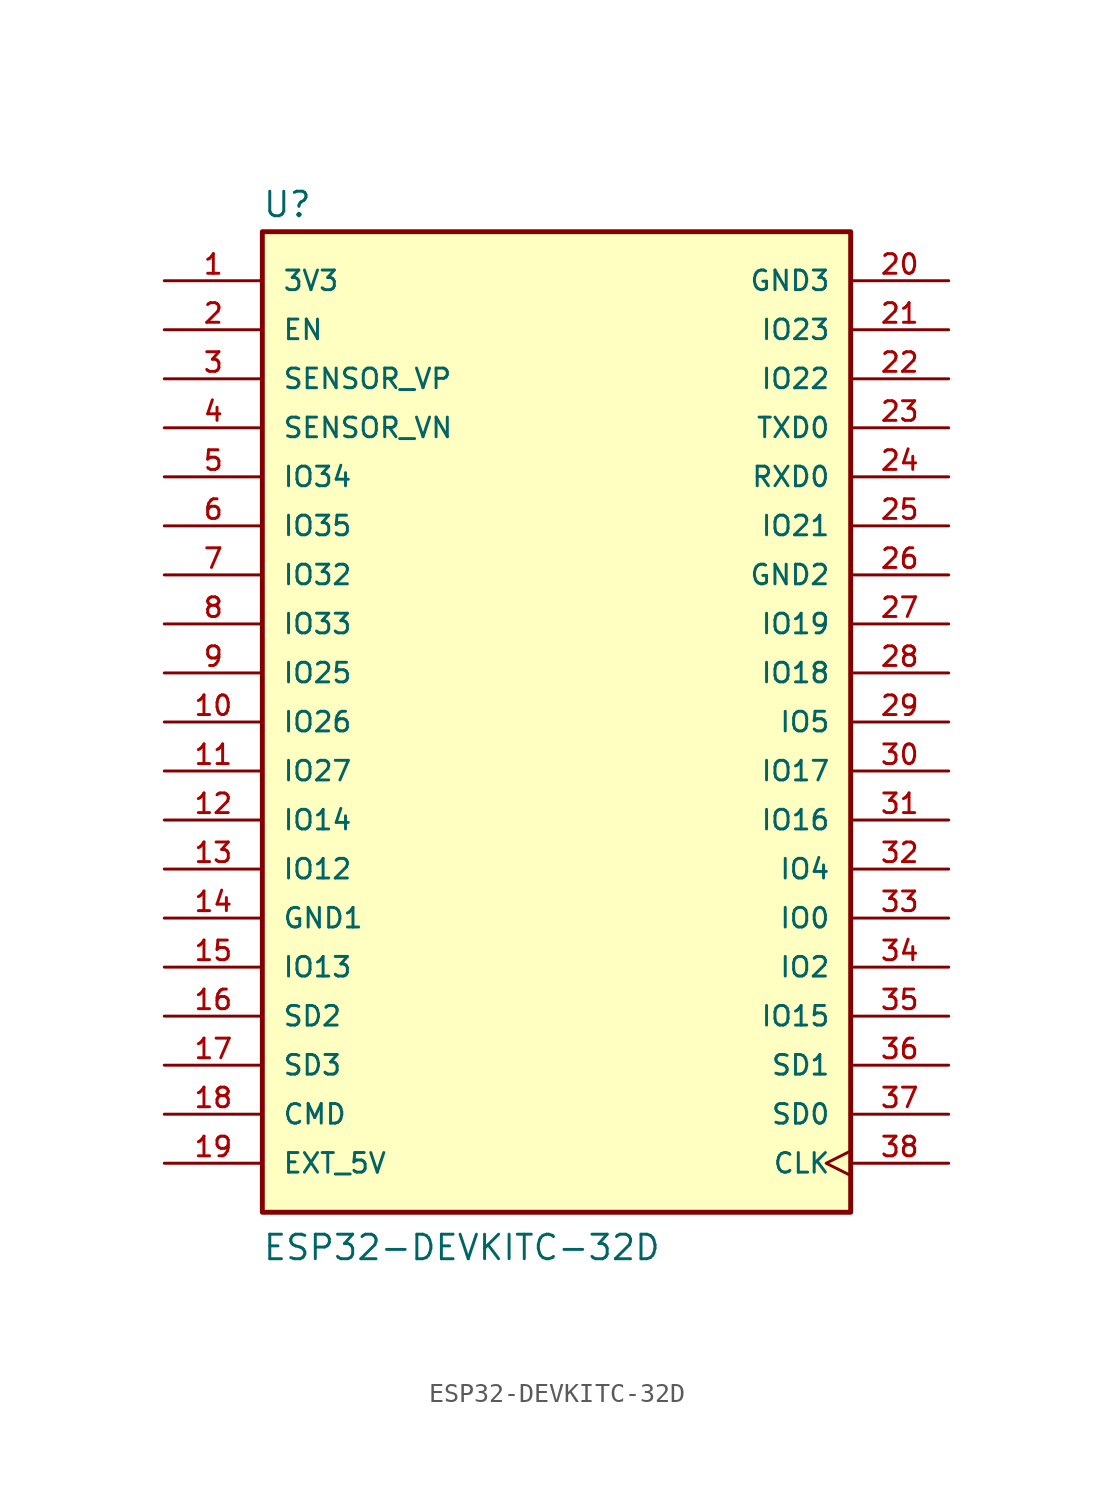
<source format=kicad_sym>
(kicad_symbol_lib
  (version 20211014)
  (generator kicad_symbol_editor)
  (symbol "ESP32-DEVKITC-32D"
    (pin_names
      (offset 1.016))
    (property "Reference" "U"
      (at -15.257 26.064 0)
      (effects (font (size 1.27 1.27)) (justify bottom left)))
    (property "Value" "ESP32-DEVKITC-32D"
      (at -15.256 -27.97 0)
      (effects (font (size 1.27 1.27)) (justify bottom left)))
    (symbol "ESP32-DEVKITC-32D_0_0"
      (rectangle (start -15.24 -25.4) (end 15.24 25.4) (stroke (width 0.254)) (fill (type background)))
      (pin power_in line (at -20.32 22.86 0) (length 5.08) (name "3V3" (effects (font (size 1.016 1.016)))) (number "1" (effects (font (size 1.016 1.016)))))
      (pin input line (at -20.32 20.32 0) (length 5.08) (name "EN" (effects (font (size 1.016 1.016)))) (number "2" (effects (font (size 1.016 1.016)))))
      (pin input line (at -20.32 17.78 0) (length 5.08) (name "SENSOR_VP" (effects (font (size 1.016 1.016)))) (number "3" (effects (font (size 1.016 1.016)))))
      (pin input line (at -20.32 15.24 0) (length 5.08) (name "SENSOR_VN" (effects (font (size 1.016 1.016)))) (number "4" (effects (font (size 1.016 1.016)))))
      (pin bidirectional line (at -20.32 12.7 0) (length 5.08) (name "IO34" (effects (font (size 1.016 1.016)))) (number "5" (effects (font (size 1.016 1.016)))))
      (pin bidirectional line (at -20.32 10.16 0) (length 5.08) (name "IO35" (effects (font (size 1.016 1.016)))) (number "6" (effects (font (size 1.016 1.016)))))
      (pin bidirectional line (at -20.32 7.62 0) (length 5.08) (name "IO32" (effects (font (size 1.016 1.016)))) (number "7" (effects (font (size 1.016 1.016)))))
      (pin bidirectional line (at -20.32 5.08 0) (length 5.08) (name "IO33" (effects (font (size 1.016 1.016)))) (number "8" (effects (font (size 1.016 1.016)))))
      (pin bidirectional line (at -20.32 2.54 0) (length 5.08) (name "IO25" (effects (font (size 1.016 1.016)))) (number "9" (effects (font (size 1.016 1.016)))))
      (pin bidirectional line (at -20.32 0.0 0) (length 5.08) (name "IO26" (effects (font (size 1.016 1.016)))) (number "10" (effects (font (size 1.016 1.016)))))
      (pin bidirectional line (at -20.32 -2.54 0) (length 5.08) (name "IO27" (effects (font (size 1.016 1.016)))) (number "11" (effects (font (size 1.016 1.016)))))
      (pin bidirectional line (at -20.32 -5.08 0) (length 5.08) (name "IO14" (effects (font (size 1.016 1.016)))) (number "12" (effects (font (size 1.016 1.016)))))
      (pin bidirectional line (at -20.32 -7.62 0) (length 5.08) (name "IO12" (effects (font (size 1.016 1.016)))) (number "13" (effects (font (size 1.016 1.016)))))
      (pin power_in line (at -20.32 -10.16 0) (length 5.08) (name "GND1" (effects (font (size 1.016 1.016)))) (number "14" (effects (font (size 1.016 1.016)))))
      (pin bidirectional line (at -20.32 -12.7 0) (length 5.08) (name "IO13" (effects (font (size 1.016 1.016)))) (number "15" (effects (font (size 1.016 1.016)))))
      (pin bidirectional line (at -20.32 -15.24 0) (length 5.08) (name "SD2" (effects (font (size 1.016 1.016)))) (number "16" (effects (font (size 1.016 1.016)))))
      (pin bidirectional line (at -20.32 -17.78 0) (length 5.08) (name "SD3" (effects (font (size 1.016 1.016)))) (number "17" (effects (font (size 1.016 1.016)))))
      (pin bidirectional line (at -20.32 -20.32 0) (length 5.08) (name "CMD" (effects (font (size 1.016 1.016)))) (number "18" (effects (font (size 1.016 1.016)))))
      (pin power_in line (at -20.32 -22.86 0) (length 5.08) (name "EXT_5V" (effects (font (size 1.016 1.016)))) (number "19" (effects (font (size 1.016 1.016)))))
      (pin input clock (at 20.32 -22.86 180.0) (length 5.08) (name "CLK" (effects (font (size 1.016 1.016)))) (number "38" (effects (font (size 1.016 1.016)))))
      (pin bidirectional line (at 20.32 -20.32 180.0) (length 5.08) (name "SD0" (effects (font (size 1.016 1.016)))) (number "37" (effects (font (size 1.016 1.016)))))
      (pin bidirectional line (at 20.32 -17.78 180.0) (length 5.08) (name "SD1" (effects (font (size 1.016 1.016)))) (number "36" (effects (font (size 1.016 1.016)))))
      (pin bidirectional line (at 20.32 -15.24 180.0) (length 5.08) (name "IO15" (effects (font (size 1.016 1.016)))) (number "35" (effects (font (size 1.016 1.016)))))
      (pin bidirectional line (at 20.32 -12.7 180.0) (length 5.08) (name "IO2" (effects (font (size 1.016 1.016)))) (number "34" (effects (font (size 1.016 1.016)))))
      (pin bidirectional line (at 20.32 -10.16 180.0) (length 5.08) (name "IO0" (effects (font (size 1.016 1.016)))) (number "33" (effects (font (size 1.016 1.016)))))
      (pin bidirectional line (at 20.32 -7.62 180.0) (length 5.08) (name "IO4" (effects (font (size 1.016 1.016)))) (number "32" (effects (font (size 1.016 1.016)))))
      (pin bidirectional line (at 20.32 -5.08 180.0) (length 5.08) (name "IO16" (effects (font (size 1.016 1.016)))) (number "31" (effects (font (size 1.016 1.016)))))
      (pin bidirectional line (at 20.32 -2.54 180.0) (length 5.08) (name "IO17" (effects (font (size 1.016 1.016)))) (number "30" (effects (font (size 1.016 1.016)))))
      (pin bidirectional line (at 20.32 0.0 180.0) (length 5.08) (name "IO5" (effects (font (size 1.016 1.016)))) (number "29" (effects (font (size 1.016 1.016)))))
      (pin bidirectional line (at 20.32 2.54 180.0) (length 5.08) (name "IO18" (effects (font (size 1.016 1.016)))) (number "28" (effects (font (size 1.016 1.016)))))
      (pin bidirectional line (at 20.32 5.08 180.0) (length 5.08) (name "IO19" (effects (font (size 1.016 1.016)))) (number "27" (effects (font (size 1.016 1.016)))))
      (pin power_in line (at 20.32 7.62 180.0) (length 5.08) (name "GND2" (effects (font (size 1.016 1.016)))) (number "26" (effects (font (size 1.016 1.016)))))
      (pin bidirectional line (at 20.32 10.16 180.0) (length 5.08) (name "IO21" (effects (font (size 1.016 1.016)))) (number "25" (effects (font (size 1.016 1.016)))))
      (pin input line (at 20.32 12.7 180.0) (length 5.08) (name "RXD0" (effects (font (size 1.016 1.016)))) (number "24" (effects (font (size 1.016 1.016)))))
      (pin output line (at 20.32 15.24 180.0) (length 5.08) (name "TXD0" (effects (font (size 1.016 1.016)))) (number "23" (effects (font (size 1.016 1.016)))))
      (pin bidirectional line (at 20.32 17.78 180.0) (length 5.08) (name "IO22" (effects (font (size 1.016 1.016)))) (number "22" (effects (font (size 1.016 1.016)))))
      (pin bidirectional line (at 20.32 20.32 180.0) (length 5.08) (name "IO23" (effects (font (size 1.016 1.016)))) (number "21" (effects (font (size 1.016 1.016)))))
      (pin power_in line (at 20.32 22.86 180.0) (length 5.08) (name "GND3" (effects (font (size 1.016 1.016)))) (number "20" (effects (font (size 1.016 1.016))))))))
</source>
